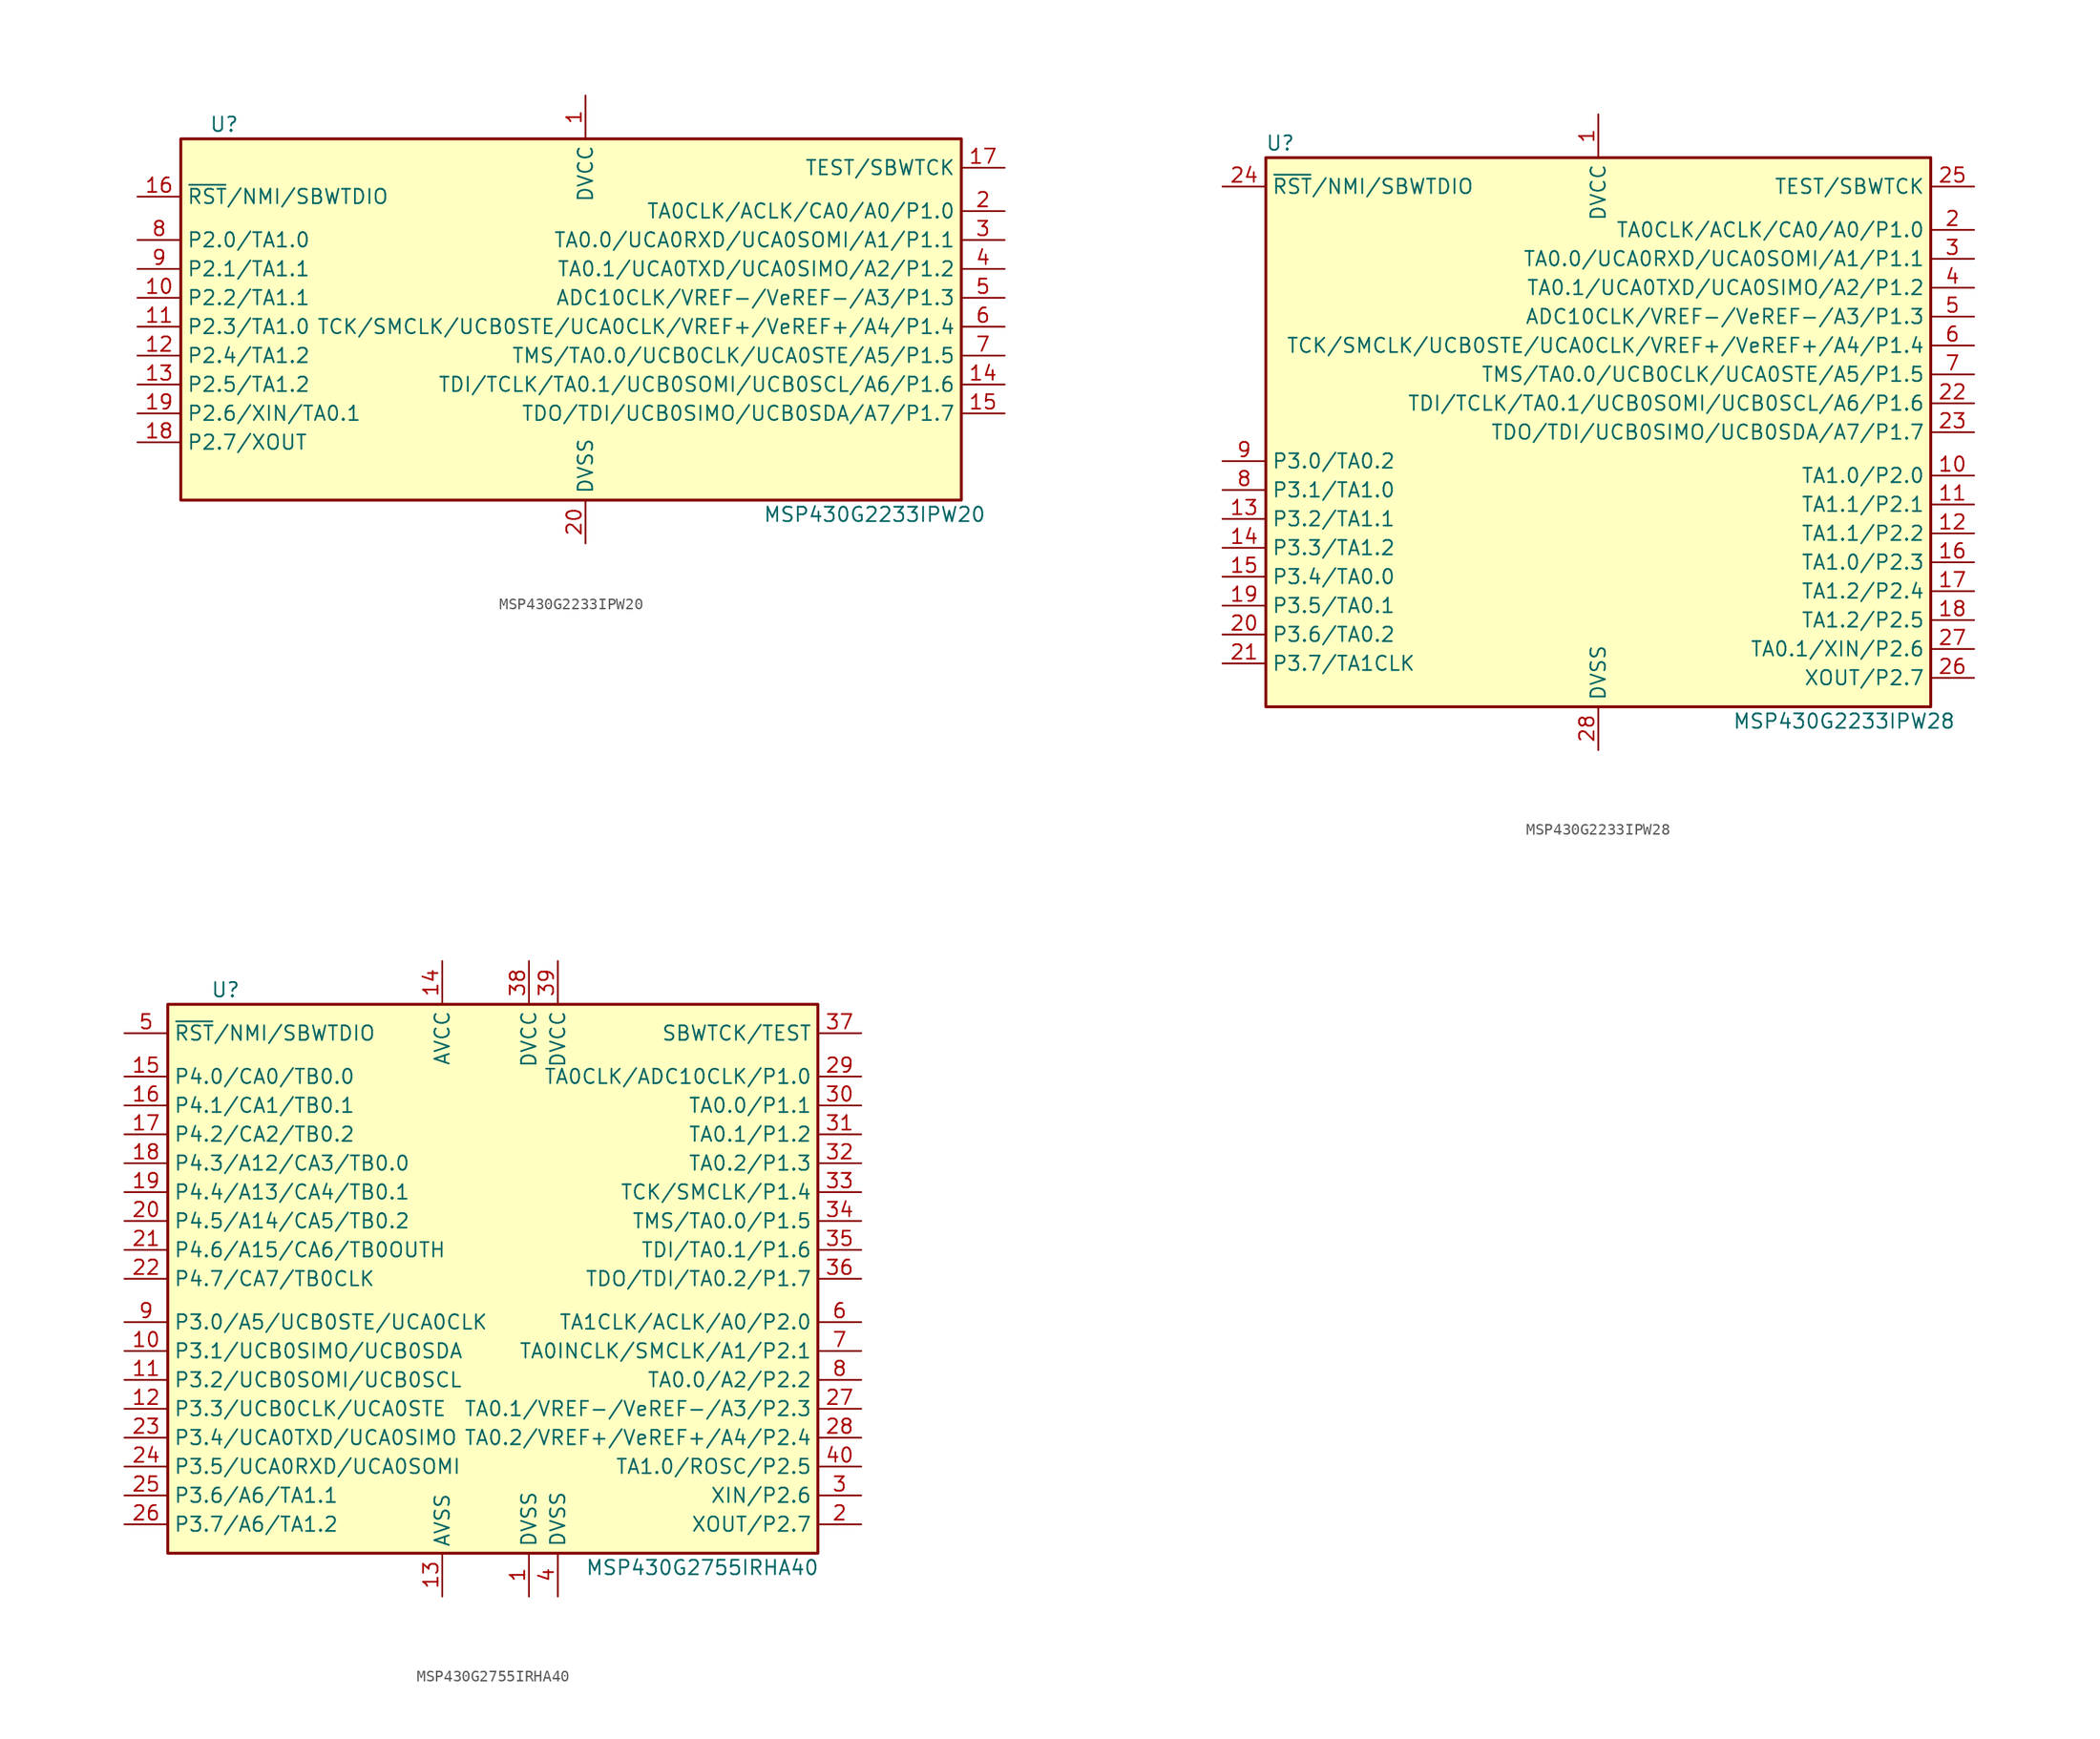
<source format=kicad_sym>
(kicad_symbol_lib
  (version 20211014)
  (generator kicad_symbol_editor)
  (symbol "MSP430G2233IPW20"
    (property "Reference" "U"
      (at -30.48 17.78 0)
      (effects (font (size 1.27 1.27))))
    (property "Value" "MSP430G2233IPW20"
      (at 26.67 -16.51 0)
      (effects (font (size 1.27 1.27))))
    (symbol "MSP430G2233IPW20_0_1"
      (rectangle (start -34.29 16.51) (end 34.29 -15.24) (stroke (width 0.254) (type default) (color 0 0 0 0)) (fill (type background))))
    (symbol "MSP430G2233IPW20_1_1"
      (pin power_in line (at 1.27 20.32 270) (length 3.81) (name "DVCC" (effects (font (size 1.27 1.27)))) (number "1" (effects (font (size 1.27 1.27)))))
      (pin bidirectional line (at -38.1 2.54 0) (length 3.81) (name "P2.2/TA1.1" (effects (font (size 1.27 1.27)))) (number "10" (effects (font (size 1.27 1.27)))))
      (pin bidirectional line (at -38.1 0 0) (length 3.81) (name "P2.3/TA1.0" (effects (font (size 1.27 1.27)))) (number "11" (effects (font (size 1.27 1.27)))))
      (pin bidirectional line (at -38.1 -2.54 0) (length 3.81) (name "P2.4/TA1.2" (effects (font (size 1.27 1.27)))) (number "12" (effects (font (size 1.27 1.27)))))
      (pin bidirectional line (at -38.1 -5.08 0) (length 3.81) (name "P2.5/TA1.2" (effects (font (size 1.27 1.27)))) (number "13" (effects (font (size 1.27 1.27)))))
      (pin bidirectional line (at 38.1 -5.08 180) (length 3.81) (name "TDI/TCLK/TA0.1/UCB0SOMI/UCB0SCL/A6/P1.6" (effects (font (size 1.27 1.27)))) (number "14" (effects (font (size 1.27 1.27)))))
      (pin bidirectional line (at 38.1 -7.62 180) (length 3.81) (name "TDO/TDI/UCB0SIMO/UCB0SDA/A7/P1.7" (effects (font (size 1.27 1.27)))) (number "15" (effects (font (size 1.27 1.27)))))
      (pin input line (at -38.1 11.43 0) (length 3.81) (name "~{RST}/NMI/SBWTDIO" (effects (font (size 1.27 1.27)))) (number "16" (effects (font (size 1.27 1.27)))))
      (pin input line (at 38.1 13.97 180) (length 3.81) (name "TEST/SBWTCK" (effects (font (size 1.27 1.27)))) (number "17" (effects (font (size 1.27 1.27)))))
      (pin bidirectional line (at -38.1 -10.16 0) (length 3.81) (name "P2.7/XOUT" (effects (font (size 1.27 1.27)))) (number "18" (effects (font (size 1.27 1.27)))))
      (pin bidirectional line (at -38.1 -7.62 0) (length 3.81) (name "P2.6/XIN/TA0.1" (effects (font (size 1.27 1.27)))) (number "19" (effects (font (size 1.27 1.27)))))
      (pin bidirectional line (at 38.1 10.16 180) (length 3.81) (name "TA0CLK/ACLK/CA0/A0/P1.0" (effects (font (size 1.27 1.27)))) (number "2" (effects (font (size 1.27 1.27)))))
      (pin power_in line (at 1.27 -19.05 90) (length 3.81) (name "DVSS" (effects (font (size 1.27 1.27)))) (number "20" (effects (font (size 1.27 1.27)))))
      (pin bidirectional line (at 38.1 7.62 180) (length 3.81) (name "TA0.0/UCA0RXD/UCA0SOMI/A1/P1.1" (effects (font (size 1.27 1.27)))) (number "3" (effects (font (size 1.27 1.27)))))
      (pin bidirectional line (at 38.1 5.08 180) (length 3.81) (name "TA0.1/UCA0TXD/UCA0SIMO/A2/P1.2" (effects (font (size 1.27 1.27)))) (number "4" (effects (font (size 1.27 1.27)))))
      (pin bidirectional line (at 38.1 2.54 180) (length 3.81) (name "ADC10CLK/VREF-/VeREF-/A3/P1.3" (effects (font (size 1.27 1.27)))) (number "5" (effects (font (size 1.27 1.27)))))
      (pin bidirectional line (at 38.1 0 180) (length 3.81) (name "TCK/SMCLK/UCB0STE/UCA0CLK/VREF+/VeREF+/A4/P1.4" (effects (font (size 1.27 1.27)))) (number "6" (effects (font (size 1.27 1.27)))))
      (pin bidirectional line (at 38.1 -2.54 180) (length 3.81) (name "TMS/TA0.0/UCB0CLK/UCA0STE/A5/P1.5" (effects (font (size 1.27 1.27)))) (number "7" (effects (font (size 1.27 1.27)))))
      (pin bidirectional line (at -38.1 7.62 0) (length 3.81) (name "P2.0/TA1.0" (effects (font (size 1.27 1.27)))) (number "8" (effects (font (size 1.27 1.27)))))
      (pin bidirectional line (at -38.1 5.08 0) (length 3.81) (name "P2.1/TA1.1" (effects (font (size 1.27 1.27)))) (number "9" (effects (font (size 1.27 1.27)))))))
  (symbol "MSP430G2233IPW28"
    (property "Reference" "U"
      (at -27.94 25.4 0)
      (effects (font (size 1.27 1.27))))
    (property "Value" "MSP430G2233IPW28"
      (at 21.59 -25.4 0)
      (effects (font (size 1.27 1.27))))
    (symbol "MSP430G2233IPW28_0_1"
      (rectangle (start -29.21 24.13) (end 29.21 -24.13) (stroke (width 0.254) (type default) (color 0 0 0 0)) (fill (type background))))
    (symbol "MSP430G2233IPW28_1_1"
      (pin power_in line (at 0 27.94 270) (length 3.81) (name "DVCC" (effects (font (size 1.27 1.27)))) (number "1" (effects (font (size 1.27 1.27)))))
      (pin bidirectional line (at 33.02 -3.81 180) (length 3.81) (name "TA1.0/P2.0" (effects (font (size 1.27 1.27)))) (number "10" (effects (font (size 1.27 1.27)))))
      (pin bidirectional line (at 33.02 -6.35 180) (length 3.81) (name "TA1.1/P2.1" (effects (font (size 1.27 1.27)))) (number "11" (effects (font (size 1.27 1.27)))))
      (pin bidirectional line (at 33.02 -8.89 180) (length 3.81) (name "TA1.1/P2.2" (effects (font (size 1.27 1.27)))) (number "12" (effects (font (size 1.27 1.27)))))
      (pin bidirectional line (at -33.02 -7.62 0) (length 3.81) (name "P3.2/TA1.1" (effects (font (size 1.27 1.27)))) (number "13" (effects (font (size 1.27 1.27)))))
      (pin bidirectional line (at -33.02 -10.16 0) (length 3.81) (name "P3.3/TA1.2" (effects (font (size 1.27 1.27)))) (number "14" (effects (font (size 1.27 1.27)))))
      (pin bidirectional line (at -33.02 -12.7 0) (length 3.81) (name "P3.4/TA0.0" (effects (font (size 1.27 1.27)))) (number "15" (effects (font (size 1.27 1.27)))))
      (pin bidirectional line (at 33.02 -11.43 180) (length 3.81) (name "TA1.0/P2.3" (effects (font (size 1.27 1.27)))) (number "16" (effects (font (size 1.27 1.27)))))
      (pin bidirectional line (at 33.02 -13.97 180) (length 3.81) (name "TA1.2/P2.4" (effects (font (size 1.27 1.27)))) (number "17" (effects (font (size 1.27 1.27)))))
      (pin bidirectional line (at 33.02 -16.51 180) (length 3.81) (name "TA1.2/P2.5" (effects (font (size 1.27 1.27)))) (number "18" (effects (font (size 1.27 1.27)))))
      (pin bidirectional line (at -33.02 -15.24 0) (length 3.81) (name "P3.5/TA0.1" (effects (font (size 1.27 1.27)))) (number "19" (effects (font (size 1.27 1.27)))))
      (pin bidirectional line (at 33.02 17.78 180) (length 3.81) (name "TA0CLK/ACLK/CA0/A0/P1.0" (effects (font (size 1.27 1.27)))) (number "2" (effects (font (size 1.27 1.27)))))
      (pin bidirectional line (at -33.02 -17.78 0) (length 3.81) (name "P3.6/TA0.2" (effects (font (size 1.27 1.27)))) (number "20" (effects (font (size 1.27 1.27)))))
      (pin bidirectional line (at -33.02 -20.32 0) (length 3.81) (name "P3.7/TA1CLK" (effects (font (size 1.27 1.27)))) (number "21" (effects (font (size 1.27 1.27)))))
      (pin bidirectional line (at 33.02 2.54 180) (length 3.81) (name "TDI/TCLK/TA0.1/UCB0SOMI/UCB0SCL/A6/P1.6" (effects (font (size 1.27 1.27)))) (number "22" (effects (font (size 1.27 1.27)))))
      (pin bidirectional line (at 33.02 0 180) (length 3.81) (name "TDO/TDI/UCB0SIMO/UCB0SDA/A7/P1.7" (effects (font (size 1.27 1.27)))) (number "23" (effects (font (size 1.27 1.27)))))
      (pin input line (at -33.02 21.59 0) (length 3.81) (name "~{RST}/NMI/SBWTDIO" (effects (font (size 1.27 1.27)))) (number "24" (effects (font (size 1.27 1.27)))))
      (pin input line (at 33.02 21.59 180) (length 3.81) (name "TEST/SBWTCK" (effects (font (size 1.27 1.27)))) (number "25" (effects (font (size 1.27 1.27)))))
      (pin bidirectional line (at 33.02 -21.59 180) (length 3.81) (name "XOUT/P2.7" (effects (font (size 1.27 1.27)))) (number "26" (effects (font (size 1.27 1.27)))))
      (pin bidirectional line (at 33.02 -19.05 180) (length 3.81) (name "TA0.1/XIN/P2.6" (effects (font (size 1.27 1.27)))) (number "27" (effects (font (size 1.27 1.27)))))
      (pin power_in line (at 0 -27.94 90) (length 3.81) (name "DVSS" (effects (font (size 1.27 1.27)))) (number "28" (effects (font (size 1.27 1.27)))))
      (pin bidirectional line (at 33.02 15.24 180) (length 3.81) (name "TA0.0/UCA0RXD/UCA0SOMI/A1/P1.1" (effects (font (size 1.27 1.27)))) (number "3" (effects (font (size 1.27 1.27)))))
      (pin bidirectional line (at 33.02 12.7 180) (length 3.81) (name "TA0.1/UCA0TXD/UCA0SIMO/A2/P1.2" (effects (font (size 1.27 1.27)))) (number "4" (effects (font (size 1.27 1.27)))))
      (pin bidirectional line (at 33.02 10.16 180) (length 3.81) (name "ADC10CLK/VREF-/VeREF-/A3/P1.3" (effects (font (size 1.27 1.27)))) (number "5" (effects (font (size 1.27 1.27)))))
      (pin bidirectional line (at 33.02 7.62 180) (length 3.81) (name "TCK/SMCLK/UCB0STE/UCA0CLK/VREF+/VeREF+/A4/P1.4" (effects (font (size 1.27 1.27)))) (number "6" (effects (font (size 1.27 1.27)))))
      (pin bidirectional line (at 33.02 5.08 180) (length 3.81) (name "TMS/TA0.0/UCB0CLK/UCA0STE/A5/P1.5" (effects (font (size 1.27 1.27)))) (number "7" (effects (font (size 1.27 1.27)))))
      (pin bidirectional line (at -33.02 -5.08 0) (length 3.81) (name "P3.1/TA1.0" (effects (font (size 1.27 1.27)))) (number "8" (effects (font (size 1.27 1.27)))))
      (pin bidirectional line (at -33.02 -2.54 0) (length 3.81) (name "P3.0/TA0.2" (effects (font (size 1.27 1.27)))) (number "9" (effects (font (size 1.27 1.27)))))))
  (symbol "MSP430G2755IRHA40"
    (property "Reference" "U"
      (at -24.13 25.4 0)
      (effects (font (size 1.27 1.27))))
    (property "Value" "MSP430G2755IRHA40"
      (at 17.78 -25.4 0)
      (effects (font (size 1.27 1.27))))
    (symbol "MSP430G2755IRHA40_0_1"
      (rectangle (start -29.21 24.13) (end 27.94 -24.13) (stroke (width 0.254) (type default) (color 0 0 0 0)) (fill (type background))))
    (symbol "MSP430G2755IRHA40_1_1"
      (pin power_in line (at 2.54 -27.94 90) (length 3.81) (name "DVSS" (effects (font (size 1.27 1.27)))) (number "1" (effects (font (size 1.27 1.27)))))
      (pin bidirectional line (at -33.02 -6.35 0) (length 3.81) (name "P3.1/UCB0SIMO/UCB0SDA" (effects (font (size 1.27 1.27)))) (number "10" (effects (font (size 1.27 1.27)))))
      (pin bidirectional line (at -33.02 -8.89 0) (length 3.81) (name "P3.2/UCB0SOMI/UCB0SCL" (effects (font (size 1.27 1.27)))) (number "11" (effects (font (size 1.27 1.27)))))
      (pin bidirectional line (at -33.02 -11.43 0) (length 3.81) (name "P3.3/UCB0CLK/UCA0STE" (effects (font (size 1.27 1.27)))) (number "12" (effects (font (size 1.27 1.27)))))
      (pin power_in line (at -5.08 -27.94 90) (length 3.81) (name "AVSS" (effects (font (size 1.27 1.27)))) (number "13" (effects (font (size 1.27 1.27)))))
      (pin power_in line (at -5.08 27.94 270) (length 3.81) (name "AVCC" (effects (font (size 1.27 1.27)))) (number "14" (effects (font (size 1.27 1.27)))))
      (pin bidirectional line (at -33.02 17.78 0) (length 3.81) (name "P4.0/CA0/TB0.0" (effects (font (size 1.27 1.27)))) (number "15" (effects (font (size 1.27 1.27)))))
      (pin bidirectional line (at -33.02 15.24 0) (length 3.81) (name "P4.1/CA1/TB0.1" (effects (font (size 1.27 1.27)))) (number "16" (effects (font (size 1.27 1.27)))))
      (pin bidirectional line (at -33.02 12.7 0) (length 3.81) (name "P4.2/CA2/TB0.2" (effects (font (size 1.27 1.27)))) (number "17" (effects (font (size 1.27 1.27)))))
      (pin bidirectional line (at -33.02 10.16 0) (length 3.81) (name "P4.3/A12/CA3/TB0.0" (effects (font (size 1.27 1.27)))) (number "18" (effects (font (size 1.27 1.27)))))
      (pin bidirectional line (at -33.02 7.62 0) (length 3.81) (name "P4.4/A13/CA4/TB0.1" (effects (font (size 1.27 1.27)))) (number "19" (effects (font (size 1.27 1.27)))))
      (pin bidirectional line (at 31.75 -21.59 180) (length 3.81) (name "XOUT/P2.7" (effects (font (size 1.27 1.27)))) (number "2" (effects (font (size 1.27 1.27)))))
      (pin bidirectional line (at -33.02 5.08 0) (length 3.81) (name "P4.5/A14/CA5/TB0.2" (effects (font (size 1.27 1.27)))) (number "20" (effects (font (size 1.27 1.27)))))
      (pin bidirectional line (at -33.02 2.54 0) (length 3.81) (name "P4.6/A15/CA6/TB0OUTH" (effects (font (size 1.27 1.27)))) (number "21" (effects (font (size 1.27 1.27)))))
      (pin bidirectional line (at -33.02 0 0) (length 3.81) (name "P4.7/CA7/TB0CLK" (effects (font (size 1.27 1.27)))) (number "22" (effects (font (size 1.27 1.27)))))
      (pin bidirectional line (at -33.02 -13.97 0) (length 3.81) (name "P3.4/UCA0TXD/UCA0SIMO" (effects (font (size 1.27 1.27)))) (number "23" (effects (font (size 1.27 1.27)))))
      (pin bidirectional line (at -33.02 -16.51 0) (length 3.81) (name "P3.5/UCA0RXD/UCA0SOMI" (effects (font (size 1.27 1.27)))) (number "24" (effects (font (size 1.27 1.27)))))
      (pin bidirectional line (at -33.02 -19.05 0) (length 3.81) (name "P3.6/A6/TA1.1" (effects (font (size 1.27 1.27)))) (number "25" (effects (font (size 1.27 1.27)))))
      (pin bidirectional line (at -33.02 -21.59 0) (length 3.81) (name "P3.7/A6/TA1.2" (effects (font (size 1.27 1.27)))) (number "26" (effects (font (size 1.27 1.27)))))
      (pin bidirectional line (at 31.75 -11.43 180) (length 3.81) (name "TA0.1/VREF-/VeREF-/A3/P2.3" (effects (font (size 1.27 1.27)))) (number "27" (effects (font (size 1.27 1.27)))))
      (pin bidirectional line (at 31.75 -13.97 180) (length 3.81) (name "TA0.2/VREF+/VeREF+/A4/P2.4" (effects (font (size 1.27 1.27)))) (number "28" (effects (font (size 1.27 1.27)))))
      (pin bidirectional line (at 31.75 17.78 180) (length 3.81) (name "TA0CLK/ADC10CLK/P1.0" (effects (font (size 1.27 1.27)))) (number "29" (effects (font (size 1.27 1.27)))))
      (pin bidirectional line (at 31.75 -19.05 180) (length 3.81) (name "XIN/P2.6" (effects (font (size 1.27 1.27)))) (number "3" (effects (font (size 1.27 1.27)))))
      (pin bidirectional line (at 31.75 15.24 180) (length 3.81) (name "TA0.0/P1.1" (effects (font (size 1.27 1.27)))) (number "30" (effects (font (size 1.27 1.27)))))
      (pin bidirectional line (at 31.75 12.7 180) (length 3.81) (name "TA0.1/P1.2" (effects (font (size 1.27 1.27)))) (number "31" (effects (font (size 1.27 1.27)))))
      (pin bidirectional line (at 31.75 10.16 180) (length 3.81) (name "TA0.2/P1.3" (effects (font (size 1.27 1.27)))) (number "32" (effects (font (size 1.27 1.27)))))
      (pin bidirectional line (at 31.75 7.62 180) (length 3.81) (name "TCK/SMCLK/P1.4" (effects (font (size 1.27 1.27)))) (number "33" (effects (font (size 1.27 1.27)))))
      (pin bidirectional line (at 31.75 5.08 180) (length 3.81) (name "TMS/TA0.0/P1.5" (effects (font (size 1.27 1.27)))) (number "34" (effects (font (size 1.27 1.27)))))
      (pin bidirectional line (at 31.75 2.54 180) (length 3.81) (name "TDI/TA0.1/P1.6" (effects (font (size 1.27 1.27)))) (number "35" (effects (font (size 1.27 1.27)))))
      (pin bidirectional line (at 31.75 0 180) (length 3.81) (name "TDO/TDI/TA0.2/P1.7" (effects (font (size 1.27 1.27)))) (number "36" (effects (font (size 1.27 1.27)))))
      (pin input line (at 31.75 21.59 180) (length 3.81) (name "SBWTCK/TEST" (effects (font (size 1.27 1.27)))) (number "37" (effects (font (size 1.27 1.27)))))
      (pin power_in line (at 2.54 27.94 270) (length 3.81) (name "DVCC" (effects (font (size 1.27 1.27)))) (number "38" (effects (font (size 1.27 1.27)))))
      (pin power_in line (at 5.08 27.94 270) (length 3.81) (name "DVCC" (effects (font (size 1.27 1.27)))) (number "39" (effects (font (size 1.27 1.27)))))
      (pin power_in line (at 5.08 -27.94 90) (length 3.81) (name "DVSS" (effects (font (size 1.27 1.27)))) (number "4" (effects (font (size 1.27 1.27)))))
      (pin bidirectional line (at 31.75 -16.51 180) (length 3.81) (name "TA1.0/ROSC/P2.5" (effects (font (size 1.27 1.27)))) (number "40" (effects (font (size 1.27 1.27)))))
      (pin input line (at -33.02 21.59 0) (length 3.81) (name "~{RST}/NMI/SBWTDIO" (effects (font (size 1.27 1.27)))) (number "5" (effects (font (size 1.27 1.27)))))
      (pin bidirectional line (at 31.75 -3.81 180) (length 3.81) (name "TA1CLK/ACLK/A0/P2.0" (effects (font (size 1.27 1.27)))) (number "6" (effects (font (size 1.27 1.27)))))
      (pin bidirectional line (at 31.75 -6.35 180) (length 3.81) (name "TA0INCLK/SMCLK/A1/P2.1" (effects (font (size 1.27 1.27)))) (number "7" (effects (font (size 1.27 1.27)))))
      (pin bidirectional line (at 31.75 -8.89 180) (length 3.81) (name "TA0.0/A2/P2.2" (effects (font (size 1.27 1.27)))) (number "8" (effects (font (size 1.27 1.27)))))
      (pin bidirectional line (at -33.02 -3.81 0) (length 3.81) (name "P3.0/A5/UCB0STE/UCA0CLK" (effects (font (size 1.27 1.27)))) (number "9" (effects (font (size 1.27 1.27))))))))
</source>
